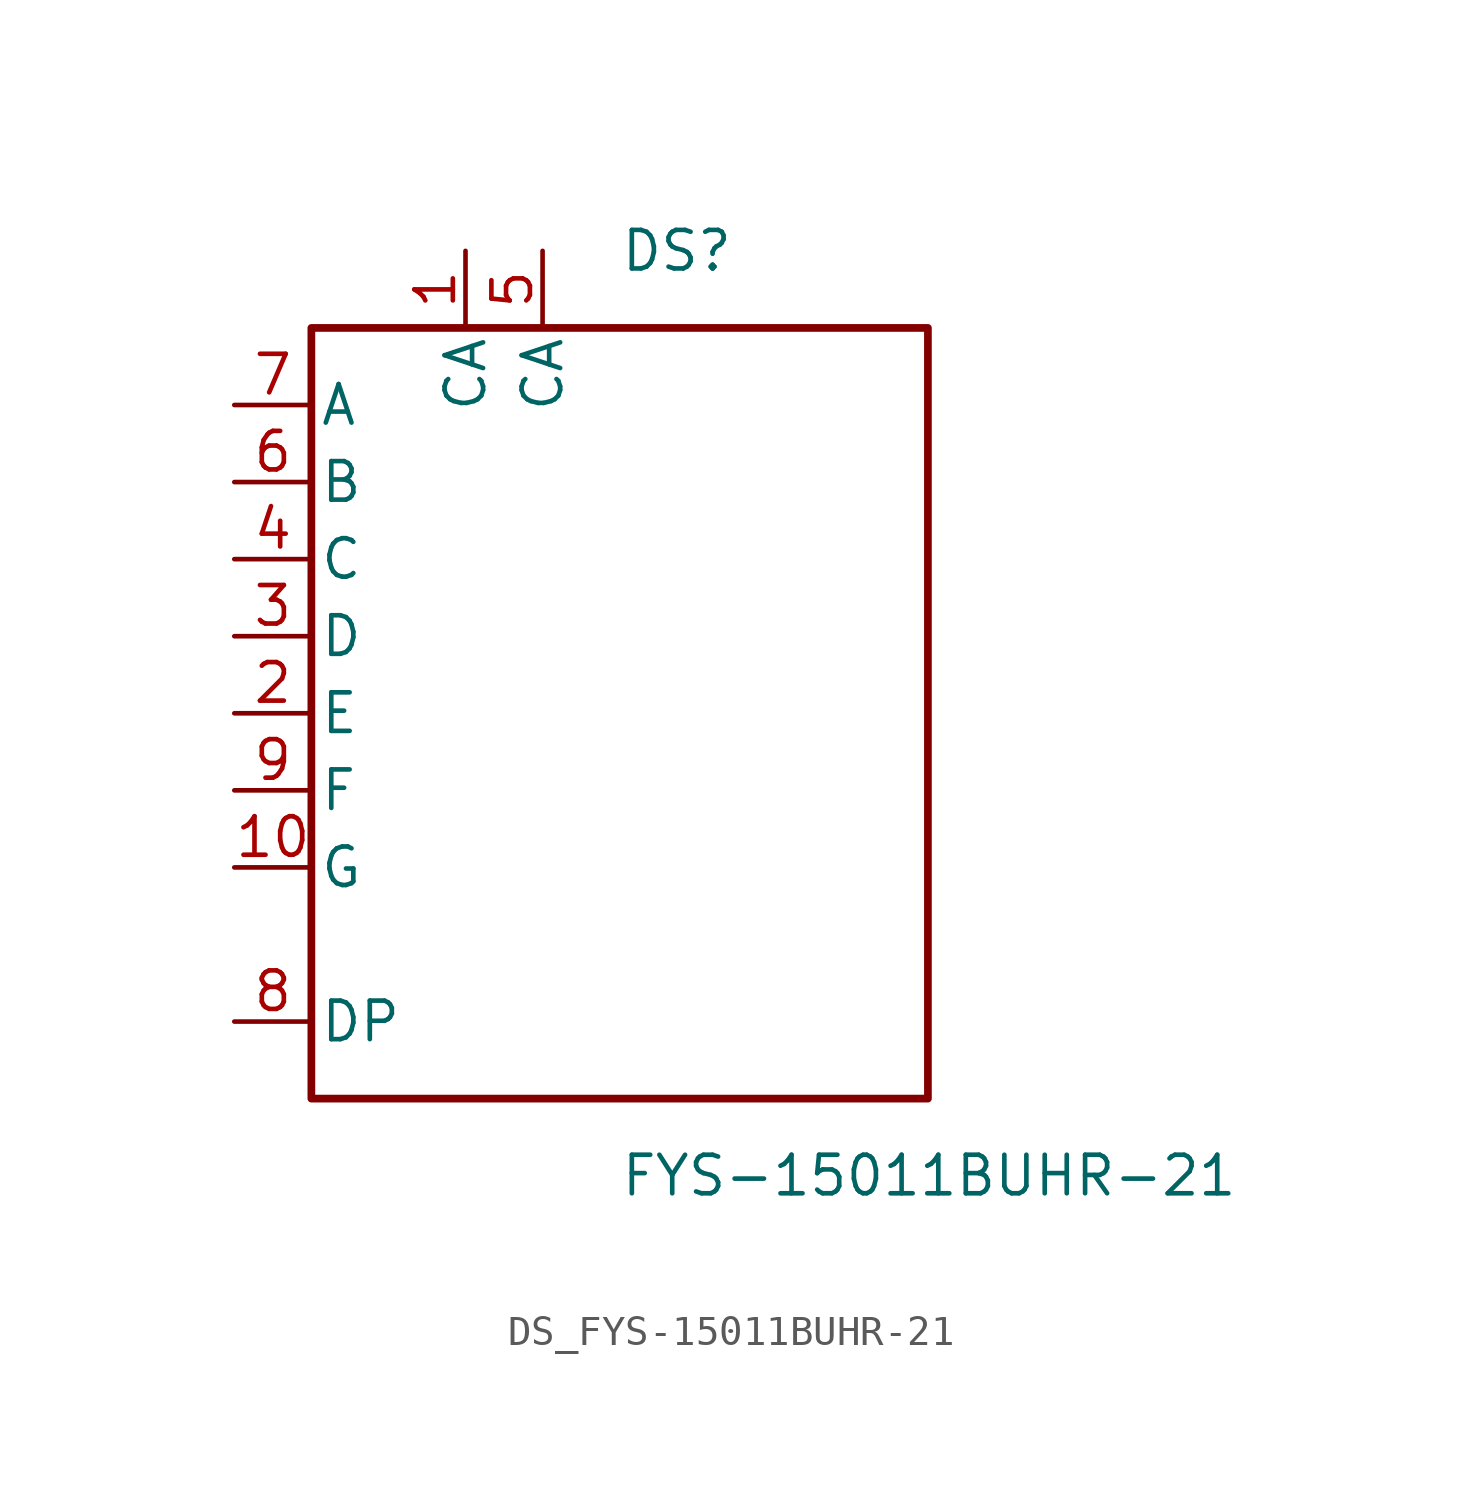
<source format=kicad_sym>
(kicad_symbol_lib
  (version 20231120)
  (generator kicad_symbol_editor)
  (generator_version 8.0)
  (symbol "DS_FYS-15011BUHR-21"
    (pin_names
      (offset 0.254))
    (property "Reference" "DS"
      (at 0 15.24 0)
      (effects (font (size 1.27 1.27)) (justify left)))
    (property "Value" "FYS-15011BUHR-21"
      (at 0 -15.24 0)
      (effects (font (size 1.27 1.27)) (justify left)))
    (symbol "DS_FYS-15011BUHR-21_0_0"
      (pin unspecified line (at -5.08 15.24 270) (length 2.54) (name "CA" (effects (font (size 1.27 1.27)))) (number "1" (effects (font (size 1.27 1.27)))))
      (pin unspecified line (at -2.54 15.24 270) (length 2.54) (name "CA" (effects (font (size 1.27 1.27)))) (number "5" (effects (font (size 1.27 1.27)))))
      (pin unspecified line (at -12.7 10.16 0) (length 2.54) (name "A" (effects (font (size 1.27 1.27)))) (number "7" (effects (font (size 1.27 1.27)))))
      (pin unspecified line (at -12.7 7.62 0) (length 2.54) (name "B" (effects (font (size 1.27 1.27)))) (number "6" (effects (font (size 1.27 1.27)))))
      (pin unspecified line (at -12.7 5.08 0) (length 2.54) (name "C" (effects (font (size 1.27 1.27)))) (number "4" (effects (font (size 1.27 1.27)))))
      (pin unspecified line (at -12.7 2.54 0) (length 2.54) (name "D" (effects (font (size 1.27 1.27)))) (number "3" (effects (font (size 1.27 1.27)))))
      (pin unspecified line (at -12.7 0 0) (length 2.54) (name "E" (effects (font (size 1.27 1.27)))) (number "2" (effects (font (size 1.27 1.27)))))
      (pin unspecified line (at -12.7 -2.54 0) (length 2.54) (name "F" (effects (font (size 1.27 1.27)))) (number "9" (effects (font (size 1.27 1.27)))))
      (pin unspecified line (at -12.7 -5.08 0) (length 2.54) (name "G" (effects (font (size 1.27 1.27)))) (number "10" (effects (font (size 1.27 1.27)))))
      (pin unspecified line (at -12.7 -10.16 0) (length 2.54) (name "DP" (effects (font (size 1.27 1.27)))) (number "8" (effects (font (size 1.27 1.27))))))
    (symbol "DS_FYS-15011BUHR-21_1_0"
      (rectangle (start -10.16 12.7) (end 10.16 -12.7) (stroke (width 0.254) (type solid)) (fill (type none))))))
</source>
